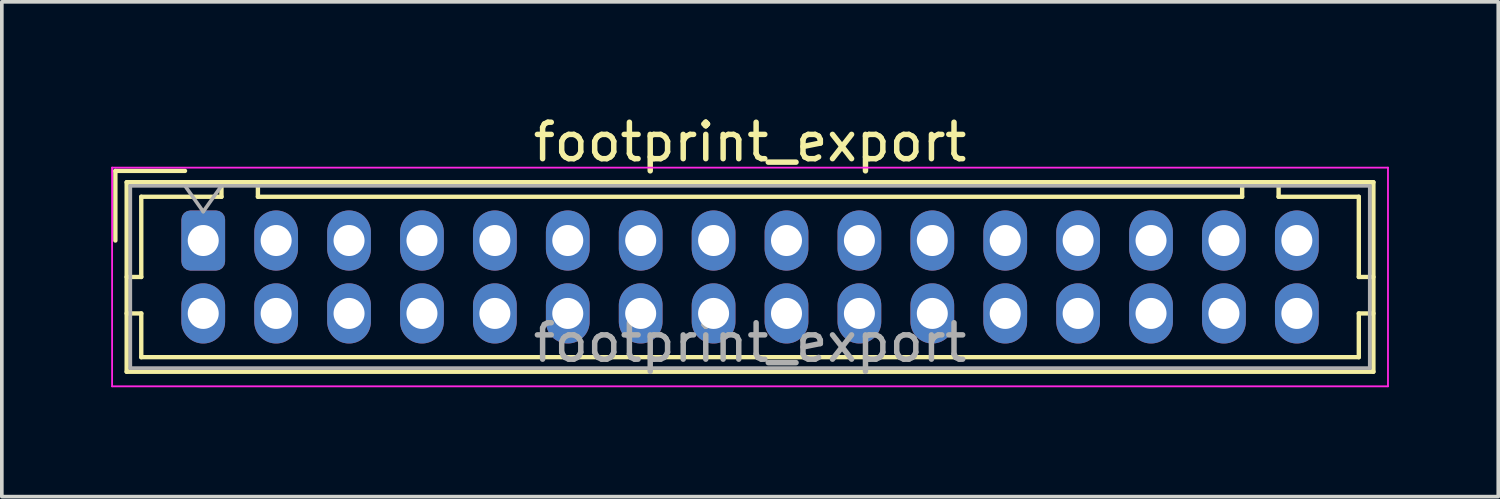
<source format=kicad_pcb>
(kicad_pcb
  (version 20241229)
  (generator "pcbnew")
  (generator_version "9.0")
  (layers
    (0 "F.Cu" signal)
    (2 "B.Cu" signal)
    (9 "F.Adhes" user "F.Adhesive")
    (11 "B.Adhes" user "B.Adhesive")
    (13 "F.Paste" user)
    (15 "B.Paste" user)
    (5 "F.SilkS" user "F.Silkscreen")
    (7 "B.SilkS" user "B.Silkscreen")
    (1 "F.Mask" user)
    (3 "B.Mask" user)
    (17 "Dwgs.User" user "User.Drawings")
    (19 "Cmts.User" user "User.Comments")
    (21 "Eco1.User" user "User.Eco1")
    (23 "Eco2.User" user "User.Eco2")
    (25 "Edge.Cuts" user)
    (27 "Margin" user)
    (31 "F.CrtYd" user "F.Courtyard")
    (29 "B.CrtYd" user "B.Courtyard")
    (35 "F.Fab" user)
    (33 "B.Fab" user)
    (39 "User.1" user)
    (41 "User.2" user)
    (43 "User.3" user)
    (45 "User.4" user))
  (footprint "footprint_export"
    (layer "F.Cu")
    (at 2.525 3.548)
    (property "Reference" "footprint_export" (at 15 -2.7 0) (layer "F.SilkS") (effects (font (size 1 1) (thickness 0.15))))
    (attr through_hole)
    (fp_line (start -2.41 -1.91) (end -0.5 -1.91) (stroke (width 0.12) (type solid)) (layer "F.SilkS"))
    (fp_line (start -2.41 0) (end -2.41 -1.91) (stroke (width 0.12) (type solid)) (layer "F.SilkS"))
    (fp_line (start -2.1 -1.6) (end -2.1 3.6) (stroke (width 0.12) (type solid)) (layer "F.SilkS"))
    (fp_line (start -2.1 1) (end -1.7 1) (stroke (width 0.12) (type solid)) (layer "F.SilkS"))
    (fp_line (start -2.1 2) (end -1.7 2) (stroke (width 0.12) (type solid)) (layer "F.SilkS"))
    (fp_line (start -2.1 3.6) (end 32.1 3.6) (stroke (width 0.12) (type solid)) (layer "F.SilkS"))
    (fp_line (start -1.7 -1.2) (end 0.5 -1.2) (stroke (width 0.12) (type solid)) (layer "F.SilkS"))
    (fp_line (start -1.7 1) (end -1.7 -1.2) (stroke (width 0.12) (type solid)) (layer "F.SilkS"))
    (fp_line (start -1.7 2) (end -1.7 3.2) (stroke (width 0.12) (type solid)) (layer "F.SilkS"))
    (fp_line (start -1.7 3.2) (end 31.7 3.2) (stroke (width 0.12) (type solid)) (layer "F.SilkS"))
    (fp_line (start 0.5 -1.2) (end 0.5 -1.6) (stroke (width 0.12) (type solid)) (layer "F.SilkS"))
    (fp_line (start 1.5 -1.6) (end 1.5 -1.2) (stroke (width 0.12) (type solid)) (layer "F.SilkS"))
    (fp_line (start 1.5 -1.2) (end 28.5 -1.2) (stroke (width 0.12) (type solid)) (layer "F.SilkS"))
    (fp_line (start 28.5 -1.2) (end 28.5 -1.6) (stroke (width 0.12) (type solid)) (layer "F.SilkS"))
    (fp_line (start 29.5 -1.2) (end 29.5 -1.6) (stroke (width 0.12) (type solid)) (layer "F.SilkS"))
    (fp_line (start 31.7 -1.2) (end 29.5 -1.2) (stroke (width 0.12) (type solid)) (layer "F.SilkS"))
    (fp_line (start 31.7 1) (end 31.7 -1.2) (stroke (width 0.12) (type solid)) (layer "F.SilkS"))
    (fp_line (start 31.7 2) (end 32.1 2) (stroke (width 0.12) (type solid)) (layer "F.SilkS"))
    (fp_line (start 31.7 3.2) (end 31.7 2) (stroke (width 0.12) (type solid)) (layer "F.SilkS"))
    (fp_line (start 32.1 -1.6) (end -2.1 -1.6) (stroke (width 0.12) (type solid)) (layer "F.SilkS"))
    (fp_line (start 32.1 1) (end 31.7 1) (stroke (width 0.12) (type solid)) (layer "F.SilkS"))
    (fp_line (start 32.1 3.6) (end 32.1 -1.6) (stroke (width 0.12) (type solid)) (layer "F.SilkS"))
    (fp_line (start -2.5 -2) (end -2.5 4) (stroke (width 0.05) (type solid)) (layer "F.CrtYd"))
    (fp_line (start -2.5 4) (end 32.5 4) (stroke (width 0.05) (type solid)) (layer "F.CrtYd"))
    (fp_line (start 32.5 -2) (end -2.5 -2) (stroke (width 0.05) (type solid)) (layer "F.CrtYd"))
    (fp_line (start 32.5 4) (end 32.5 -2) (stroke (width 0.05) (type solid)) (layer "F.CrtYd"))
    (fp_line (start -2 -1.5) (end -2 3.5) (stroke (width 0.1) (type solid)) (layer "F.Fab"))
    (fp_line (start -2 3.5) (end 32 3.5) (stroke (width 0.1) (type solid)) (layer "F.Fab"))
    (fp_line (start -0.5 -1.5) (end 0 -0.793) (stroke (width 0.1) (type solid)) (layer "F.Fab"))
    (fp_line (start 0 -0.793) (end 0.5 -1.5) (stroke (width 0.1) (type solid)) (layer "F.Fab"))
    (fp_line (start 32 -1.5) (end -2 -1.5) (stroke (width 0.1) (type solid)) (layer "F.Fab"))
    (fp_line (start 32 3.5) (end 32 -1.5) (stroke (width 0.1) (type solid)) (layer "F.Fab"))
    (fp_text user "${REFERENCE}" (at 15 2.8 0) (layer "F.Fab") (effects (font (size 1 1) (thickness 0.15))))
    (pad "1" thru_hole roundrect (at 0 0) (size 1.2 1.65) (drill 0.85) (layers "*.Cu" "*.Mask") (roundrect_rratio 0.208))
    (pad "2" thru_hole oval (at 0 2) (size 1.2 1.65) (drill 0.85) (layers "*.Cu" "*.Mask"))
    (pad "3" thru_hole oval (at 2 0) (size 1.2 1.65) (drill 0.85) (layers "*.Cu" "*.Mask"))
    (pad "4" thru_hole oval (at 2 2) (size 1.2 1.65) (drill 0.85) (layers "*.Cu" "*.Mask"))
    (pad "5" thru_hole oval (at 4 0) (size 1.2 1.65) (drill 0.85) (layers "*.Cu" "*.Mask"))
    (pad "6" thru_hole oval (at 4 2) (size 1.2 1.65) (drill 0.85) (layers "*.Cu" "*.Mask"))
    (pad "7" thru_hole oval (at 6 0) (size 1.2 1.65) (drill 0.85) (layers "*.Cu" "*.Mask"))
    (pad "8" thru_hole oval (at 6 2) (size 1.2 1.65) (drill 0.85) (layers "*.Cu" "*.Mask"))
    (pad "9" thru_hole oval (at 8 0) (size 1.2 1.65) (drill 0.85) (layers "*.Cu" "*.Mask"))
    (pad "10" thru_hole oval (at 8 2) (size 1.2 1.65) (drill 0.85) (layers "*.Cu" "*.Mask"))
    (pad "11" thru_hole oval (at 10 0) (size 1.2 1.65) (drill 0.85) (layers "*.Cu" "*.Mask"))
    (pad "12" thru_hole oval (at 10 2) (size 1.2 1.65) (drill 0.85) (layers "*.Cu" "*.Mask"))
    (pad "13" thru_hole oval (at 12 0) (size 1.2 1.65) (drill 0.85) (layers "*.Cu" "*.Mask"))
    (pad "14" thru_hole oval (at 12 2) (size 1.2 1.65) (drill 0.85) (layers "*.Cu" "*.Mask"))
    (pad "15" thru_hole oval (at 14 0) (size 1.2 1.65) (drill 0.85) (layers "*.Cu" "*.Mask"))
    (pad "16" thru_hole oval (at 14 2) (size 1.2 1.65) (drill 0.85) (layers "*.Cu" "*.Mask"))
    (pad "17" thru_hole oval (at 16 0) (size 1.2 1.65) (drill 0.85) (layers "*.Cu" "*.Mask"))
    (pad "18" thru_hole oval (at 16 2) (size 1.2 1.65) (drill 0.85) (layers "*.Cu" "*.Mask"))
    (pad "19" thru_hole oval (at 18 0) (size 1.2 1.65) (drill 0.85) (layers "*.Cu" "*.Mask"))
    (pad "20" thru_hole oval (at 18 2) (size 1.2 1.65) (drill 0.85) (layers "*.Cu" "*.Mask"))
    (pad "21" thru_hole oval (at 20 0) (size 1.2 1.65) (drill 0.85) (layers "*.Cu" "*.Mask"))
    (pad "22" thru_hole oval (at 20 2) (size 1.2 1.65) (drill 0.85) (layers "*.Cu" "*.Mask"))
    (pad "23" thru_hole oval (at 22 0) (size 1.2 1.65) (drill 0.85) (layers "*.Cu" "*.Mask"))
    (pad "24" thru_hole oval (at 22 2) (size 1.2 1.65) (drill 0.85) (layers "*.Cu" "*.Mask"))
    (pad "25" thru_hole oval (at 24 0) (size 1.2 1.65) (drill 0.85) (layers "*.Cu" "*.Mask"))
    (pad "26" thru_hole oval (at 24 2) (size 1.2 1.65) (drill 0.85) (layers "*.Cu" "*.Mask"))
    (pad "27" thru_hole oval (at 26 0) (size 1.2 1.65) (drill 0.85) (layers "*.Cu" "*.Mask"))
    (pad "28" thru_hole oval (at 26 2) (size 1.2 1.65) (drill 0.85) (layers "*.Cu" "*.Mask"))
    (pad "29" thru_hole oval (at 28 0) (size 1.2 1.65) (drill 0.85) (layers "*.Cu" "*.Mask"))
    (pad "30" thru_hole oval (at 28 2) (size 1.2 1.65) (drill 0.85) (layers "*.Cu" "*.Mask"))
    (pad "31" thru_hole oval (at 30 0) (size 1.2 1.65) (drill 0.85) (layers "*.Cu" "*.Mask"))
    (pad "32" thru_hole oval (at 30 2) (size 1.2 1.65) (drill 0.85) (layers "*.Cu" "*.Mask")))
  (gr_rect
    (start -3 -3)
    (end 38.05 10.573)
    (stroke (width 0.1) (type default))
    (fill no)
    (layer "Edge.Cuts")))
</source>
